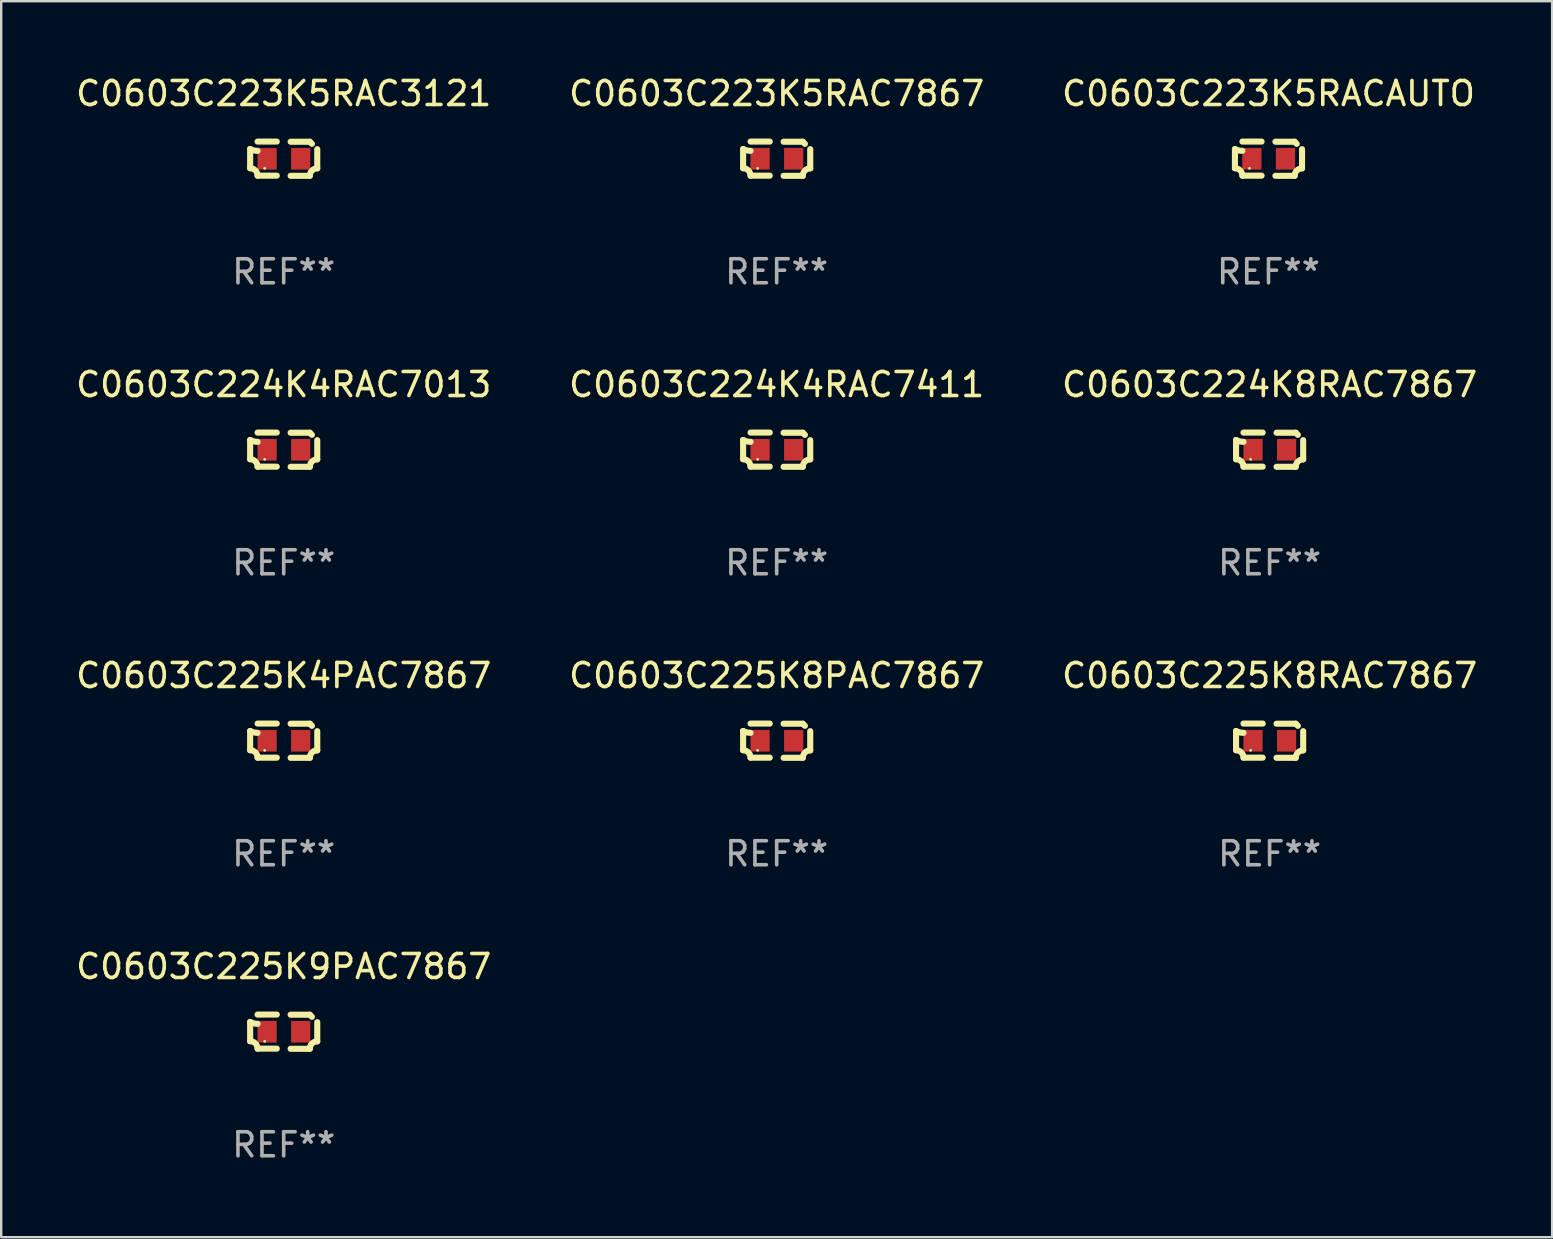
<source format=kicad_pcb>
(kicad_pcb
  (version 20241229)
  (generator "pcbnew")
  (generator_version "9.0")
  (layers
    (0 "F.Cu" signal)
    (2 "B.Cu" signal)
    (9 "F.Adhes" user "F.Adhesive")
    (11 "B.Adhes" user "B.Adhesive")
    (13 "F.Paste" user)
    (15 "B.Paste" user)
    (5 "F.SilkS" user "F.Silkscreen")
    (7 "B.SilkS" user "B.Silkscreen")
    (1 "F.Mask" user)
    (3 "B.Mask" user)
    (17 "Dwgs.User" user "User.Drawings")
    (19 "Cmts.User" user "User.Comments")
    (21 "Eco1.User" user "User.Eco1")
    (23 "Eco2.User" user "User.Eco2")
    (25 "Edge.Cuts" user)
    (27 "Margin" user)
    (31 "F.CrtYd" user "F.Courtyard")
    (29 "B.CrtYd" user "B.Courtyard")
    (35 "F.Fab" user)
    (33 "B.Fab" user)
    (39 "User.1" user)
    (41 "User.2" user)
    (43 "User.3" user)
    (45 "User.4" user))
  (footprint "C0603C224K8RAC7867"
    (layer "F.Cu")
    (at 49.839 15.683)
    (property "Reference" "C0603C224K8RAC7867" (at 0 -2.713 0) (layer "F.SilkS") (effects (font (size 1 1) (thickness 0.15))))
    (attr through_hole)
    (fp_line (start -1.398 -0.403) (end -1.398 0.397) (stroke (width 0.254) (type solid)) (layer "F.SilkS"))
    (fp_line (start -0.288 -0.713) (end -1.088 -0.713) (stroke (width 0.254) (type solid)) (layer "F.SilkS"))
    (fp_line (start -0.288 0.707) (end -1.088 0.707) (stroke (width 0.254) (type solid)) (layer "F.SilkS"))
    (fp_line (start 0.288 -0.707) (end 1.088 -0.707) (stroke (width 0.254) (type solid)) (layer "F.SilkS"))
    (fp_line (start 0.288 0.713) (end 1.088 0.713) (stroke (width 0.254) (type solid)) (layer "F.SilkS"))
    (fp_line (start 1.398 -0.397) (end 1.398 0.403) (stroke (width 0.254) (type solid)) (layer "F.SilkS"))
    (fp_arc (start -1.397789 0.397066) (mid -1.178701 0.487826) (end -1.08796 0.706922) (stroke (width 0.254001) (type solid)) (layer "F.SilkS"))
    (fp_arc (start -1.08796 -0.327176) (mid -1.247436 -0.346384) (end -1.39779 -0.402908) (stroke (width 0.254001) (type solid)) (layer "F.SilkS"))
    (fp_arc (start 1.087909 0.712738) (mid 1.178656 0.493655) (end 1.397739 0.402908) (stroke (width 0.254001) (type solid)) (layer "F.SilkS"))
    (fp_arc (start 1.175925 -0.618926) (mid 1.131917 -0.662923) (end 1.08791 -0.706922) (stroke (width 0.254001) (type solid)) (layer "F.SilkS"))
    (fp_circle (center -0.792 0.403) (end -0.762 0.403) (stroke (width 0.06) (type solid)) (fill no) (layer "F.SilkS"))
    (fp_text user "REF**" (at 0 4.713 0) (layer "F.Fab") (effects (font (size 1 1) (thickness 0.15))))
    (pad "1" smd rect (at -0.692 0.003) (size 0.8 0.9) (layers "F.Cu" "F.Mask" "F.Paste"))
    (pad "2" smd rect (at 0.708 0.003) (size 0.8 0.9) (layers "F.Cu" "F.Mask" "F.Paste")))
  (footprint "C0603C224K4RAC7013"
    (layer "F.Cu")
    (at 8.768 15.683)
    (property "Reference" "C0603C224K4RAC7013" (at 0 -2.713 0) (layer "F.SilkS") (effects (font (size 1 1) (thickness 0.15))))
    (attr through_hole)
    (fp_line (start -1.398 -0.403) (end -1.398 0.397) (stroke (width 0.254) (type solid)) (layer "F.SilkS"))
    (fp_line (start -0.288 -0.713) (end -1.088 -0.713) (stroke (width 0.254) (type solid)) (layer "F.SilkS"))
    (fp_line (start -0.288 0.707) (end -1.088 0.707) (stroke (width 0.254) (type solid)) (layer "F.SilkS"))
    (fp_line (start 0.288 -0.707) (end 1.088 -0.707) (stroke (width 0.254) (type solid)) (layer "F.SilkS"))
    (fp_line (start 0.288 0.713) (end 1.088 0.713) (stroke (width 0.254) (type solid)) (layer "F.SilkS"))
    (fp_line (start 1.398 -0.397) (end 1.398 0.403) (stroke (width 0.254) (type solid)) (layer "F.SilkS"))
    (fp_arc (start -1.397789 0.397066) (mid -1.178701 0.487826) (end -1.08796 0.706922) (stroke (width 0.254001) (type solid)) (layer "F.SilkS"))
    (fp_arc (start -1.08796 -0.327176) (mid -1.247436 -0.346384) (end -1.39779 -0.402908) (stroke (width 0.254001) (type solid)) (layer "F.SilkS"))
    (fp_arc (start 1.087909 0.712738) (mid 1.178656 0.493655) (end 1.397739 0.402908) (stroke (width 0.254001) (type solid)) (layer "F.SilkS"))
    (fp_arc (start 1.175925 -0.618926) (mid 1.131917 -0.662923) (end 1.08791 -0.706922) (stroke (width 0.254001) (type solid)) (layer "F.SilkS"))
    (fp_circle (center -0.792 0.403) (end -0.762 0.403) (stroke (width 0.06) (type solid)) (fill no) (layer "F.SilkS"))
    (fp_text user "REF**" (at 0 4.713 0) (layer "F.Fab") (effects (font (size 1 1) (thickness 0.15))))
    (pad "1" smd rect (at -0.692 0.003) (size 0.8 0.9) (layers "F.Cu" "F.Mask" "F.Paste"))
    (pad "2" smd rect (at 0.708 0.003) (size 0.8 0.9) (layers "F.Cu" "F.Mask" "F.Paste")))
  (footprint "C0603C225K8RAC7867"
    (layer "F.Cu")
    (at 49.839 27.805)
    (property "Reference" "C0603C225K8RAC7867" (at 0 -2.713 0) (layer "F.SilkS") (effects (font (size 1 1) (thickness 0.15))))
    (attr through_hole)
    (fp_line (start -1.398 -0.403) (end -1.398 0.397) (stroke (width 0.254) (type solid)) (layer "F.SilkS"))
    (fp_line (start -0.288 -0.713) (end -1.088 -0.713) (stroke (width 0.254) (type solid)) (layer "F.SilkS"))
    (fp_line (start -0.288 0.707) (end -1.088 0.707) (stroke (width 0.254) (type solid)) (layer "F.SilkS"))
    (fp_line (start 0.288 -0.707) (end 1.088 -0.707) (stroke (width 0.254) (type solid)) (layer "F.SilkS"))
    (fp_line (start 0.288 0.713) (end 1.088 0.713) (stroke (width 0.254) (type solid)) (layer "F.SilkS"))
    (fp_line (start 1.398 -0.397) (end 1.398 0.403) (stroke (width 0.254) (type solid)) (layer "F.SilkS"))
    (fp_arc (start -1.397789 0.397066) (mid -1.178701 0.487826) (end -1.08796 0.706922) (stroke (width 0.254001) (type solid)) (layer "F.SilkS"))
    (fp_arc (start -1.08796 -0.327176) (mid -1.247436 -0.346384) (end -1.39779 -0.402908) (stroke (width 0.254001) (type solid)) (layer "F.SilkS"))
    (fp_arc (start 1.087909 0.712738) (mid 1.178656 0.493655) (end 1.397739 0.402908) (stroke (width 0.254001) (type solid)) (layer "F.SilkS"))
    (fp_arc (start 1.175925 -0.618926) (mid 1.131917 -0.662923) (end 1.08791 -0.706922) (stroke (width 0.254001) (type solid)) (layer "F.SilkS"))
    (fp_circle (center -0.792 0.403) (end -0.762 0.403) (stroke (width 0.06) (type solid)) (fill no) (layer "F.SilkS"))
    (fp_text user "REF**" (at 0 4.713 0) (layer "F.Fab") (effects (font (size 1 1) (thickness 0.15))))
    (pad "1" smd rect (at -0.692 0.003) (size 0.8 0.9) (layers "F.Cu" "F.Mask" "F.Paste"))
    (pad "2" smd rect (at 0.708 0.003) (size 0.8 0.9) (layers "F.Cu" "F.Mask" "F.Paste")))
  (footprint "C0603C225K9PAC7867"
    (layer "F.Cu")
    (at 8.768 39.927)
    (property "Reference" "C0603C225K9PAC7867" (at 0 -2.713 0) (layer "F.SilkS") (effects (font (size 1 1) (thickness 0.15))))
    (attr through_hole)
    (fp_line (start -1.398 -0.403) (end -1.398 0.397) (stroke (width 0.254) (type solid)) (layer "F.SilkS"))
    (fp_line (start -0.288 -0.713) (end -1.088 -0.713) (stroke (width 0.254) (type solid)) (layer "F.SilkS"))
    (fp_line (start -0.288 0.707) (end -1.088 0.707) (stroke (width 0.254) (type solid)) (layer "F.SilkS"))
    (fp_line (start 0.288 -0.707) (end 1.088 -0.707) (stroke (width 0.254) (type solid)) (layer "F.SilkS"))
    (fp_line (start 0.288 0.713) (end 1.088 0.713) (stroke (width 0.254) (type solid)) (layer "F.SilkS"))
    (fp_line (start 1.398 -0.397) (end 1.398 0.403) (stroke (width 0.254) (type solid)) (layer "F.SilkS"))
    (fp_arc (start -1.397789 0.397066) (mid -1.178701 0.487826) (end -1.08796 0.706922) (stroke (width 0.254001) (type solid)) (layer "F.SilkS"))
    (fp_arc (start -1.08796 -0.327176) (mid -1.247436 -0.346384) (end -1.39779 -0.402908) (stroke (width 0.254001) (type solid)) (layer "F.SilkS"))
    (fp_arc (start 1.087909 0.712738) (mid 1.178656 0.493655) (end 1.397739 0.402908) (stroke (width 0.254001) (type solid)) (layer "F.SilkS"))
    (fp_arc (start 1.175925 -0.618926) (mid 1.131917 -0.662923) (end 1.08791 -0.706922) (stroke (width 0.254001) (type solid)) (layer "F.SilkS"))
    (fp_circle (center -0.792 0.403) (end -0.762 0.403) (stroke (width 0.06) (type solid)) (fill no) (layer "F.SilkS"))
    (fp_text user "REF**" (at 0 4.713 0) (layer "F.Fab") (effects (font (size 1 1) (thickness 0.15))))
    (pad "1" smd rect (at -0.692 0.003) (size 0.8 0.9) (layers "F.Cu" "F.Mask" "F.Paste"))
    (pad "2" smd rect (at 0.708 0.003) (size 0.8 0.9) (layers "F.Cu" "F.Mask" "F.Paste")))
  (footprint "C0603C225K8PAC7867"
    (layer "F.Cu")
    (at 29.304 27.805)
    (property "Reference" "C0603C225K8PAC7867" (at 0 -2.713 0) (layer "F.SilkS") (effects (font (size 1 1) (thickness 0.15))))
    (attr through_hole)
    (fp_line (start -1.398 -0.403) (end -1.398 0.397) (stroke (width 0.254) (type solid)) (layer "F.SilkS"))
    (fp_line (start -0.288 -0.713) (end -1.088 -0.713) (stroke (width 0.254) (type solid)) (layer "F.SilkS"))
    (fp_line (start -0.288 0.707) (end -1.088 0.707) (stroke (width 0.254) (type solid)) (layer "F.SilkS"))
    (fp_line (start 0.288 -0.707) (end 1.088 -0.707) (stroke (width 0.254) (type solid)) (layer "F.SilkS"))
    (fp_line (start 0.288 0.713) (end 1.088 0.713) (stroke (width 0.254) (type solid)) (layer "F.SilkS"))
    (fp_line (start 1.398 -0.397) (end 1.398 0.403) (stroke (width 0.254) (type solid)) (layer "F.SilkS"))
    (fp_arc (start -1.397789 0.397066) (mid -1.178701 0.487826) (end -1.08796 0.706922) (stroke (width 0.254001) (type solid)) (layer "F.SilkS"))
    (fp_arc (start -1.08796 -0.327176) (mid -1.247436 -0.346384) (end -1.39779 -0.402908) (stroke (width 0.254001) (type solid)) (layer "F.SilkS"))
    (fp_arc (start 1.087909 0.712738) (mid 1.178656 0.493655) (end 1.397739 0.402908) (stroke (width 0.254001) (type solid)) (layer "F.SilkS"))
    (fp_arc (start 1.175925 -0.618926) (mid 1.131917 -0.662923) (end 1.08791 -0.706922) (stroke (width 0.254001) (type solid)) (layer "F.SilkS"))
    (fp_circle (center -0.792 0.403) (end -0.762 0.403) (stroke (width 0.06) (type solid)) (fill no) (layer "F.SilkS"))
    (fp_text user "REF**" (at 0 4.713 0) (layer "F.Fab") (effects (font (size 1 1) (thickness 0.15))))
    (pad "1" smd rect (at -0.692 0.003) (size 0.8 0.9) (layers "F.Cu" "F.Mask" "F.Paste"))
    (pad "2" smd rect (at 0.708 0.003) (size 0.8 0.9) (layers "F.Cu" "F.Mask" "F.Paste")))
  (footprint "C0603C225K4PAC7867"
    (layer "F.Cu")
    (at 8.768 27.805)
    (property "Reference" "C0603C225K4PAC7867" (at 0 -2.713 0) (layer "F.SilkS") (effects (font (size 1 1) (thickness 0.15))))
    (attr through_hole)
    (fp_line (start -1.398 -0.403) (end -1.398 0.397) (stroke (width 0.254) (type solid)) (layer "F.SilkS"))
    (fp_line (start -0.288 -0.713) (end -1.088 -0.713) (stroke (width 0.254) (type solid)) (layer "F.SilkS"))
    (fp_line (start -0.288 0.707) (end -1.088 0.707) (stroke (width 0.254) (type solid)) (layer "F.SilkS"))
    (fp_line (start 0.288 -0.707) (end 1.088 -0.707) (stroke (width 0.254) (type solid)) (layer "F.SilkS"))
    (fp_line (start 0.288 0.713) (end 1.088 0.713) (stroke (width 0.254) (type solid)) (layer "F.SilkS"))
    (fp_line (start 1.398 -0.397) (end 1.398 0.403) (stroke (width 0.254) (type solid)) (layer "F.SilkS"))
    (fp_arc (start -1.397789 0.397066) (mid -1.178701 0.487826) (end -1.08796 0.706922) (stroke (width 0.254001) (type solid)) (layer "F.SilkS"))
    (fp_arc (start -1.08796 -0.327176) (mid -1.247436 -0.346384) (end -1.39779 -0.402908) (stroke (width 0.254001) (type solid)) (layer "F.SilkS"))
    (fp_arc (start 1.087909 0.712738) (mid 1.178656 0.493655) (end 1.397739 0.402908) (stroke (width 0.254001) (type solid)) (layer "F.SilkS"))
    (fp_arc (start 1.175925 -0.618926) (mid 1.131917 -0.662923) (end 1.08791 -0.706922) (stroke (width 0.254001) (type solid)) (layer "F.SilkS"))
    (fp_circle (center -0.792 0.403) (end -0.762 0.403) (stroke (width 0.06) (type solid)) (fill no) (layer "F.SilkS"))
    (fp_text user "REF**" (at 0 4.713 0) (layer "F.Fab") (effects (font (size 1 1) (thickness 0.15))))
    (pad "1" smd rect (at -0.692 0.003) (size 0.8 0.9) (layers "F.Cu" "F.Mask" "F.Paste"))
    (pad "2" smd rect (at 0.708 0.003) (size 0.8 0.9) (layers "F.Cu" "F.Mask" "F.Paste")))
  (footprint "C0603C224K4RAC7411"
    (layer "F.Cu")
    (at 29.304 15.683)
    (property "Reference" "C0603C224K4RAC7411" (at 0 -2.713 0) (layer "F.SilkS") (effects (font (size 1 1) (thickness 0.15))))
    (attr through_hole)
    (fp_line (start -1.398 -0.403) (end -1.398 0.397) (stroke (width 0.254) (type solid)) (layer "F.SilkS"))
    (fp_line (start -0.288 -0.713) (end -1.088 -0.713) (stroke (width 0.254) (type solid)) (layer "F.SilkS"))
    (fp_line (start -0.288 0.707) (end -1.088 0.707) (stroke (width 0.254) (type solid)) (layer "F.SilkS"))
    (fp_line (start 0.288 -0.707) (end 1.088 -0.707) (stroke (width 0.254) (type solid)) (layer "F.SilkS"))
    (fp_line (start 0.288 0.713) (end 1.088 0.713) (stroke (width 0.254) (type solid)) (layer "F.SilkS"))
    (fp_line (start 1.398 -0.397) (end 1.398 0.403) (stroke (width 0.254) (type solid)) (layer "F.SilkS"))
    (fp_arc (start -1.397789 0.397066) (mid -1.178701 0.487826) (end -1.08796 0.706922) (stroke (width 0.254001) (type solid)) (layer "F.SilkS"))
    (fp_arc (start -1.08796 -0.327176) (mid -1.247436 -0.346384) (end -1.39779 -0.402908) (stroke (width 0.254001) (type solid)) (layer "F.SilkS"))
    (fp_arc (start 1.087909 0.712738) (mid 1.178656 0.493655) (end 1.397739 0.402908) (stroke (width 0.254001) (type solid)) (layer "F.SilkS"))
    (fp_arc (start 1.175925 -0.618926) (mid 1.131917 -0.662923) (end 1.08791 -0.706922) (stroke (width 0.254001) (type solid)) (layer "F.SilkS"))
    (fp_circle (center -0.792 0.403) (end -0.762 0.403) (stroke (width 0.06) (type solid)) (fill no) (layer "F.SilkS"))
    (fp_text user "REF**" (at 0 4.713 0) (layer "F.Fab") (effects (font (size 1 1) (thickness 0.15))))
    (pad "1" smd rect (at -0.692 0.003) (size 0.8 0.9) (layers "F.Cu" "F.Mask" "F.Paste"))
    (pad "2" smd rect (at 0.708 0.003) (size 0.8 0.9) (layers "F.Cu" "F.Mask" "F.Paste")))
  (footprint "C0603C223K5RAC3121"
    (layer "F.Cu")
    (at 8.768 3.561)
    (property "Reference" "C0603C223K5RAC3121" (at 0 -2.713 0) (layer "F.SilkS") (effects (font (size 1 1) (thickness 0.15))))
    (attr through_hole)
    (fp_line (start -1.398 -0.403) (end -1.398 0.397) (stroke (width 0.254) (type solid)) (layer "F.SilkS"))
    (fp_line (start -0.288 -0.713) (end -1.088 -0.713) (stroke (width 0.254) (type solid)) (layer "F.SilkS"))
    (fp_line (start -0.288 0.707) (end -1.088 0.707) (stroke (width 0.254) (type solid)) (layer "F.SilkS"))
    (fp_line (start 0.288 -0.707) (end 1.088 -0.707) (stroke (width 0.254) (type solid)) (layer "F.SilkS"))
    (fp_line (start 0.288 0.713) (end 1.088 0.713) (stroke (width 0.254) (type solid)) (layer "F.SilkS"))
    (fp_line (start 1.398 -0.397) (end 1.398 0.403) (stroke (width 0.254) (type solid)) (layer "F.SilkS"))
    (fp_arc (start -1.397789 0.397066) (mid -1.178701 0.487826) (end -1.08796 0.706922) (stroke (width 0.254001) (type solid)) (layer "F.SilkS"))
    (fp_arc (start -1.08796 -0.327176) (mid -1.247436 -0.346384) (end -1.39779 -0.402908) (stroke (width 0.254001) (type solid)) (layer "F.SilkS"))
    (fp_arc (start 1.087909 0.712738) (mid 1.178656 0.493655) (end 1.397739 0.402908) (stroke (width 0.254001) (type solid)) (layer "F.SilkS"))
    (fp_arc (start 1.175925 -0.618926) (mid 1.131917 -0.662923) (end 1.08791 -0.706922) (stroke (width 0.254001) (type solid)) (layer "F.SilkS"))
    (fp_circle (center -0.792 0.403) (end -0.762 0.403) (stroke (width 0.06) (type solid)) (fill no) (layer "F.SilkS"))
    (fp_text user "REF**" (at 0 4.713 0) (layer "F.Fab") (effects (font (size 1 1) (thickness 0.15))))
    (pad "1" smd rect (at -0.692 0.003) (size 0.8 0.9) (layers "F.Cu" "F.Mask" "F.Paste"))
    (pad "2" smd rect (at 0.708 0.003) (size 0.8 0.9) (layers "F.Cu" "F.Mask" "F.Paste")))
  (footprint "C0603C223K5RACAUTO"
    (layer "F.Cu")
    (at 49.792 3.561)
    (property "Reference" "C0603C223K5RACAUTO" (at 0 -2.713 0) (layer "F.SilkS") (effects (font (size 1 1) (thickness 0.15))))
    (attr through_hole)
    (fp_line (start -1.398 -0.403) (end -1.398 0.397) (stroke (width 0.254) (type solid)) (layer "F.SilkS"))
    (fp_line (start -0.288 -0.713) (end -1.088 -0.713) (stroke (width 0.254) (type solid)) (layer "F.SilkS"))
    (fp_line (start -0.288 0.707) (end -1.088 0.707) (stroke (width 0.254) (type solid)) (layer "F.SilkS"))
    (fp_line (start 0.288 -0.707) (end 1.088 -0.707) (stroke (width 0.254) (type solid)) (layer "F.SilkS"))
    (fp_line (start 0.288 0.713) (end 1.088 0.713) (stroke (width 0.254) (type solid)) (layer "F.SilkS"))
    (fp_line (start 1.398 -0.397) (end 1.398 0.403) (stroke (width 0.254) (type solid)) (layer "F.SilkS"))
    (fp_arc (start -1.397789 0.397066) (mid -1.178701 0.487826) (end -1.08796 0.706922) (stroke (width 0.254001) (type solid)) (layer "F.SilkS"))
    (fp_arc (start -1.08796 -0.327176) (mid -1.247436 -0.346384) (end -1.39779 -0.402908) (stroke (width 0.254001) (type solid)) (layer "F.SilkS"))
    (fp_arc (start 1.087909 0.712738) (mid 1.178656 0.493655) (end 1.397739 0.402908) (stroke (width 0.254001) (type solid)) (layer "F.SilkS"))
    (fp_arc (start 1.175925 -0.618926) (mid 1.131917 -0.662923) (end 1.08791 -0.706922) (stroke (width 0.254001) (type solid)) (layer "F.SilkS"))
    (fp_circle (center -0.792 0.403) (end -0.762 0.403) (stroke (width 0.06) (type solid)) (fill no) (layer "F.SilkS"))
    (fp_text user "REF**" (at 0 4.713 0) (layer "F.Fab") (effects (font (size 1 1) (thickness 0.15))))
    (pad "1" smd rect (at -0.692 0.003) (size 0.8 0.9) (layers "F.Cu" "F.Mask" "F.Paste"))
    (pad "2" smd rect (at 0.708 0.003) (size 0.8 0.9) (layers "F.Cu" "F.Mask" "F.Paste")))
  (footprint "C0603C223K5RAC7867"
    (layer "F.Cu")
    (at 29.304 3.561)
    (property "Reference" "C0603C223K5RAC7867" (at 0 -2.713 0) (layer "F.SilkS") (effects (font (size 1 1) (thickness 0.15))))
    (attr through_hole)
    (fp_line (start -1.398 -0.403) (end -1.398 0.397) (stroke (width 0.254) (type solid)) (layer "F.SilkS"))
    (fp_line (start -0.288 -0.713) (end -1.088 -0.713) (stroke (width 0.254) (type solid)) (layer "F.SilkS"))
    (fp_line (start -0.288 0.707) (end -1.088 0.707) (stroke (width 0.254) (type solid)) (layer "F.SilkS"))
    (fp_line (start 0.288 -0.707) (end 1.088 -0.707) (stroke (width 0.254) (type solid)) (layer "F.SilkS"))
    (fp_line (start 0.288 0.713) (end 1.088 0.713) (stroke (width 0.254) (type solid)) (layer "F.SilkS"))
    (fp_line (start 1.398 -0.397) (end 1.398 0.403) (stroke (width 0.254) (type solid)) (layer "F.SilkS"))
    (fp_arc (start -1.397789 0.397066) (mid -1.178701 0.487826) (end -1.08796 0.706922) (stroke (width 0.254001) (type solid)) (layer "F.SilkS"))
    (fp_arc (start -1.08796 -0.327176) (mid -1.247436 -0.346384) (end -1.39779 -0.402908) (stroke (width 0.254001) (type solid)) (layer "F.SilkS"))
    (fp_arc (start 1.087909 0.712738) (mid 1.178656 0.493655) (end 1.397739 0.402908) (stroke (width 0.254001) (type solid)) (layer "F.SilkS"))
    (fp_arc (start 1.175925 -0.618926) (mid 1.131917 -0.662923) (end 1.08791 -0.706922) (stroke (width 0.254001) (type solid)) (layer "F.SilkS"))
    (fp_circle (center -0.792 0.403) (end -0.762 0.403) (stroke (width 0.06) (type solid)) (fill no) (layer "F.SilkS"))
    (fp_text user "REF**" (at 0 4.713 0) (layer "F.Fab") (effects (font (size 1 1) (thickness 0.15))))
    (pad "1" smd rect (at -0.692 0.003) (size 0.8 0.9) (layers "F.Cu" "F.Mask" "F.Paste"))
    (pad "2" smd rect (at 0.708 0.003) (size 0.8 0.9) (layers "F.Cu" "F.Mask" "F.Paste")))
  (gr_rect
    (start -3 -3)
    (end 61.607 48.488)
    (stroke (width 0.1) (type default))
    (fill no)
    (layer "Edge.Cuts")))
</source>
